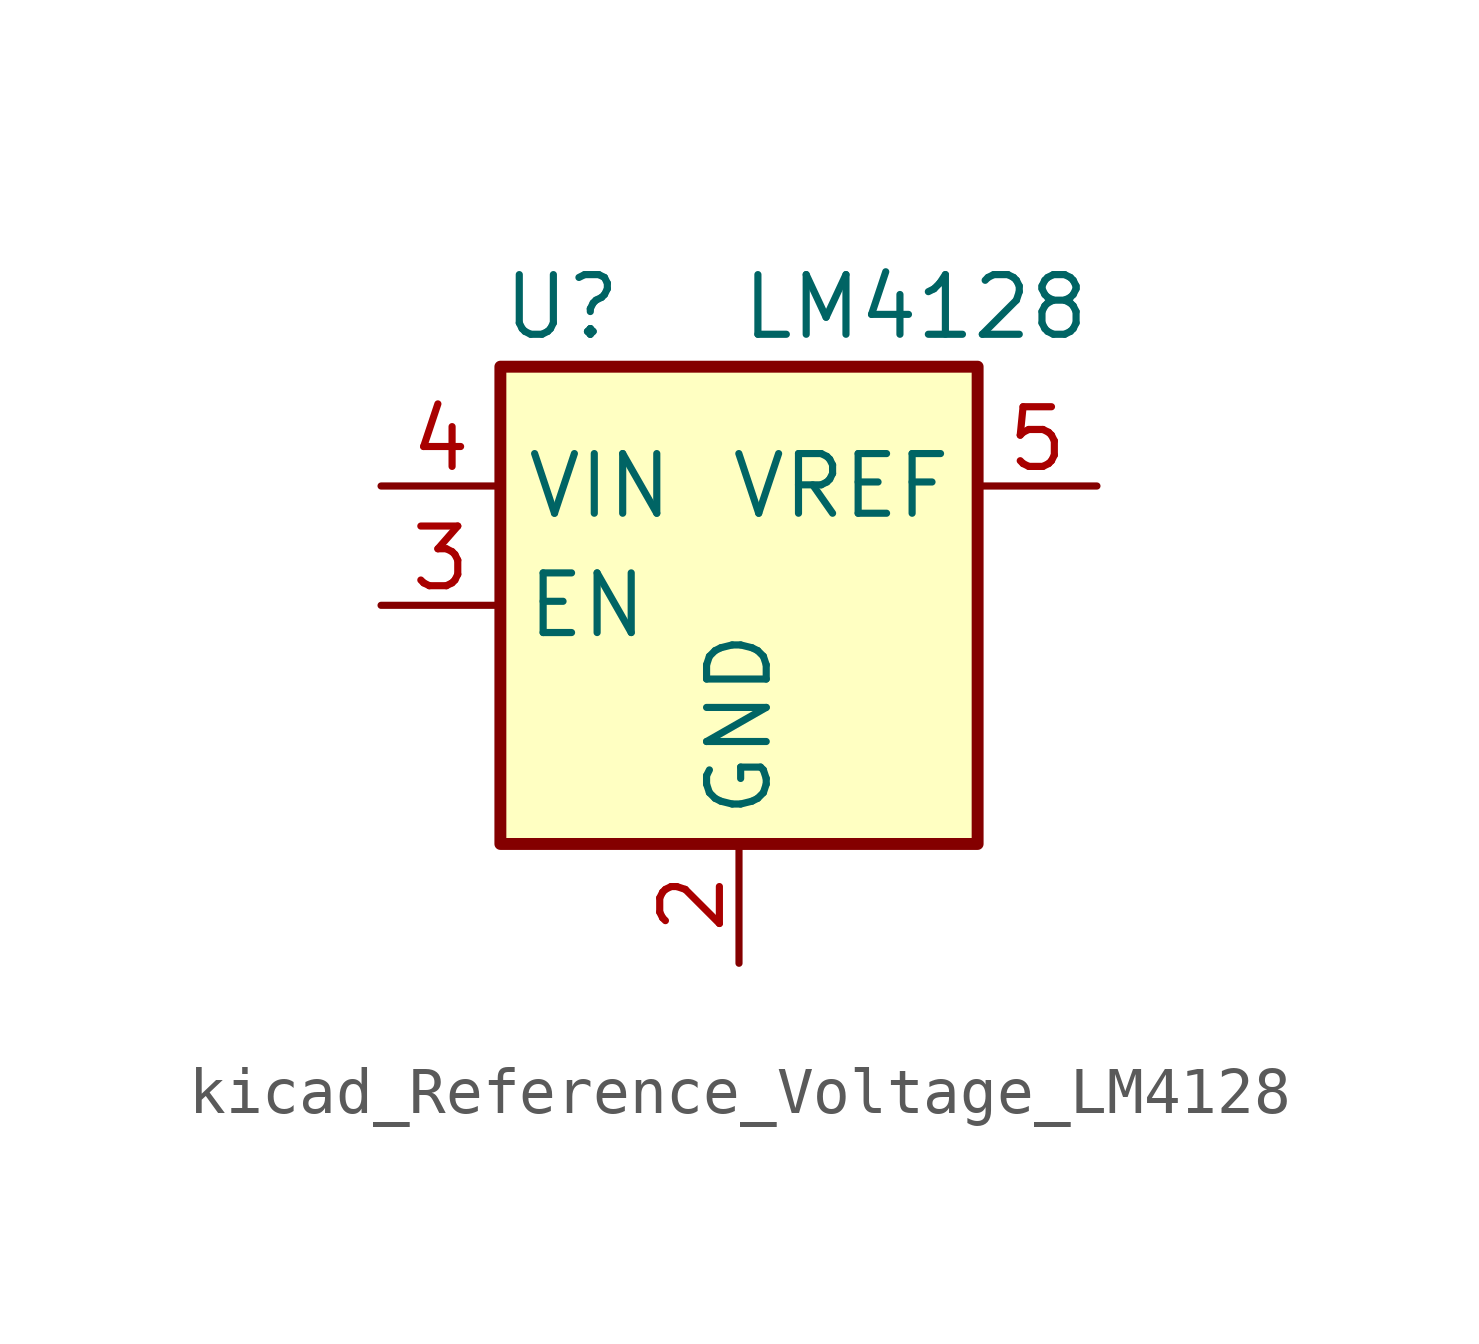
<source format=kicad_sym>
(kicad_symbol_lib
  (version 20220914)
  (generator kicad_symbol_editor)
  (symbol "kicad_Reference_Voltage_LM4128"
    (property "Reference" "U"
      (at -5.08 6.35 0)
      (effects (font (size 1.27 1.27)) (justify left)))
    (property "Value" "LM4128"
      (at 0 6.35 0)
      (effects (font (size 1.27 1.27)) (justify left)))
    (symbol "kicad_Reference_Voltage_LM4128_0_1"
      (rectangle (start -5.08 5.08) (end 5.08 -5.08) (stroke (width 0.254) (type default)) (fill (type background))))
    (symbol "kicad_Reference_Voltage_LM4128_1_1"
      (pin no_connect line (at 5.08 0 180) (length 2.54) hide (name "NC" (effects (font (size 1.27 1.27)))) (number "1" (effects (font (size 1.27 1.27)))))
      (pin power_in line (at 0 -7.62 90) (length 2.54) (name "GND" (effects (font (size 1.27 1.27)))) (number "2" (effects (font (size 1.27 1.27)))))
      (pin input line (at -7.62 0 0) (length 2.54) (name "EN" (effects (font (size 1.27 1.27)))) (number "3" (effects (font (size 1.27 1.27)))))
      (pin power_in line (at -7.62 2.54 0) (length 2.54) (name "VIN" (effects (font (size 1.27 1.27)))) (number "4" (effects (font (size 1.27 1.27)))))
      (pin power_out line (at 7.62 2.54 180) (length 2.54) (name "VREF" (effects (font (size 1.27 1.27)))) (number "5" (effects (font (size 1.27 1.27))))))))
</source>
